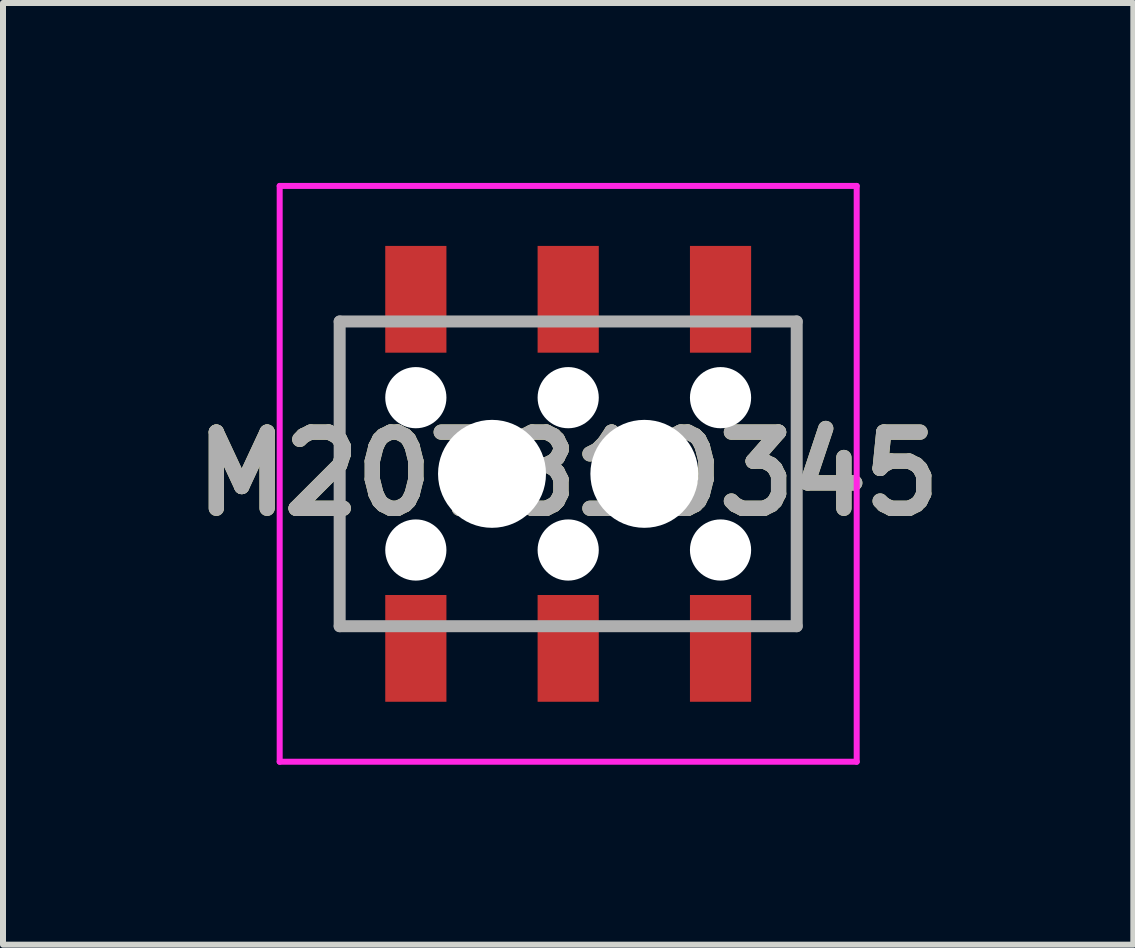
<source format=kicad_pcb>
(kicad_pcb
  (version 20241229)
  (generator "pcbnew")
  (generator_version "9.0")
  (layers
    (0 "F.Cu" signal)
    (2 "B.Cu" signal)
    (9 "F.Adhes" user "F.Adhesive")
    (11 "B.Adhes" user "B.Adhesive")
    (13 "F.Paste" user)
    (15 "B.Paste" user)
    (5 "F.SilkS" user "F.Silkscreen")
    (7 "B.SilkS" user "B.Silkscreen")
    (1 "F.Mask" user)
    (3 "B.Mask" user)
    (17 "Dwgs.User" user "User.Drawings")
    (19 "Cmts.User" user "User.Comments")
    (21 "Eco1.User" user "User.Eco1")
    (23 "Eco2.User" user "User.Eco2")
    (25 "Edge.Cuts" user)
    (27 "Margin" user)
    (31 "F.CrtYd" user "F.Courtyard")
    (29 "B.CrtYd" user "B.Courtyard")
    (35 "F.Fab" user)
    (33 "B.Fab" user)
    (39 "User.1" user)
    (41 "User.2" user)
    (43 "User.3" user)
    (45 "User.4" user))
  (footprint "M207810345"
    (layer "F.Cu")
    (at 6.423 4.85)
    (property "Reference" "M207810345" (at 0 0 0) (layer "F.SilkS") (effects (font (size 1.27 1.27) (thickness 0.254))))
    (attr through_hole)
    (fp_line (start -3.81 -2.54) (end -3.81 2.54) (stroke (width 0.1) (type solid)) (layer "F.SilkS"))
    (fp_line (start 3.81 -2.54) (end 3.81 2.54) (stroke (width 0.1) (type solid)) (layer "F.SilkS"))
    (fp_line (start -4.81 -4.8) (end 4.81 -4.8) (stroke (width 0.1) (type solid)) (layer "F.CrtYd"))
    (fp_line (start -4.81 4.8) (end -4.81 -4.8) (stroke (width 0.1) (type solid)) (layer "F.CrtYd"))
    (fp_line (start 4.81 -4.8) (end 4.81 4.8) (stroke (width 0.1) (type solid)) (layer "F.CrtYd"))
    (fp_line (start 4.81 4.8) (end -4.81 4.8) (stroke (width 0.1) (type solid)) (layer "F.CrtYd"))
    (fp_line (start -3.81 -2.54) (end 3.81 -2.54) (stroke (width 0.2) (type solid)) (layer "F.Fab"))
    (fp_line (start -3.81 2.54) (end -3.81 -2.54) (stroke (width 0.2) (type solid)) (layer "F.Fab"))
    (fp_line (start 3.81 -2.54) (end 3.81 2.54) (stroke (width 0.2) (type solid)) (layer "F.Fab"))
    (fp_line (start 3.81 2.54) (end -3.81 2.54) (stroke (width 0.2) (type solid)) (layer "F.Fab"))
    (fp_text user "${REFERENCE}" (at 0 0 0) (layer "F.Fab") (effects (font (size 1.27 1.27) (thickness 0.254))))
    (pad "" np_thru_hole circle (at -2.54 -1.27) (size 1.02 1.02) (drill 1.02) (layers "*.Cu" "*.Mask"))
    (pad "" np_thru_hole circle (at -2.54 1.27) (size 1.02 1.02) (drill 1.02) (layers "*.Cu" "*.Mask"))
    (pad "" np_thru_hole circle (at -1.27 0) (size 1.8 1.8) (drill 1.8) (layers "*.Cu" "*.Mask"))
    (pad "" np_thru_hole circle (at 0 -1.27) (size 1.02 1.02) (drill 1.02) (layers "*.Cu" "*.Mask"))
    (pad "" np_thru_hole circle (at 0 1.27) (size 1.02 1.02) (drill 1.02) (layers "*.Cu" "*.Mask"))
    (pad "" np_thru_hole circle (at 1.27 0) (size 1.8 1.8) (drill 1.8) (layers "*.Cu" "*.Mask"))
    (pad "" np_thru_hole circle (at 2.54 -1.27) (size 1.02 1.02) (drill 1.02) (layers "*.Cu" "*.Mask"))
    (pad "" np_thru_hole circle (at 2.54 1.27) (size 1.02 1.02) (drill 1.02) (layers "*.Cu" "*.Mask"))
    (pad "1" smd rect (at -2.54 2.91) (size 1.02 1.78) (layers "F.Cu" "F.Mask" "F.Paste"))
    (pad "2" smd rect (at -2.54 -2.91) (size 1.02 1.78) (layers "F.Cu" "F.Mask" "F.Paste"))
    (pad "3" smd rect (at 0 2.91) (size 1.02 1.78) (layers "F.Cu" "F.Mask" "F.Paste"))
    (pad "4" smd rect (at 0 -2.91) (size 1.02 1.78) (layers "F.Cu" "F.Mask" "F.Paste"))
    (pad "5" smd rect (at 2.54 2.91) (size 1.02 1.78) (layers "F.Cu" "F.Mask" "F.Paste"))
    (pad "6" smd rect (at 2.54 -2.91) (size 1.02 1.78) (layers "F.Cu" "F.Mask" "F.Paste")))
  (gr_rect
    (start -3 -3)
    (end 15.845 12.7)
    (stroke (width 0.1) (type default))
    (fill no)
    (layer "Edge.Cuts")))
</source>
